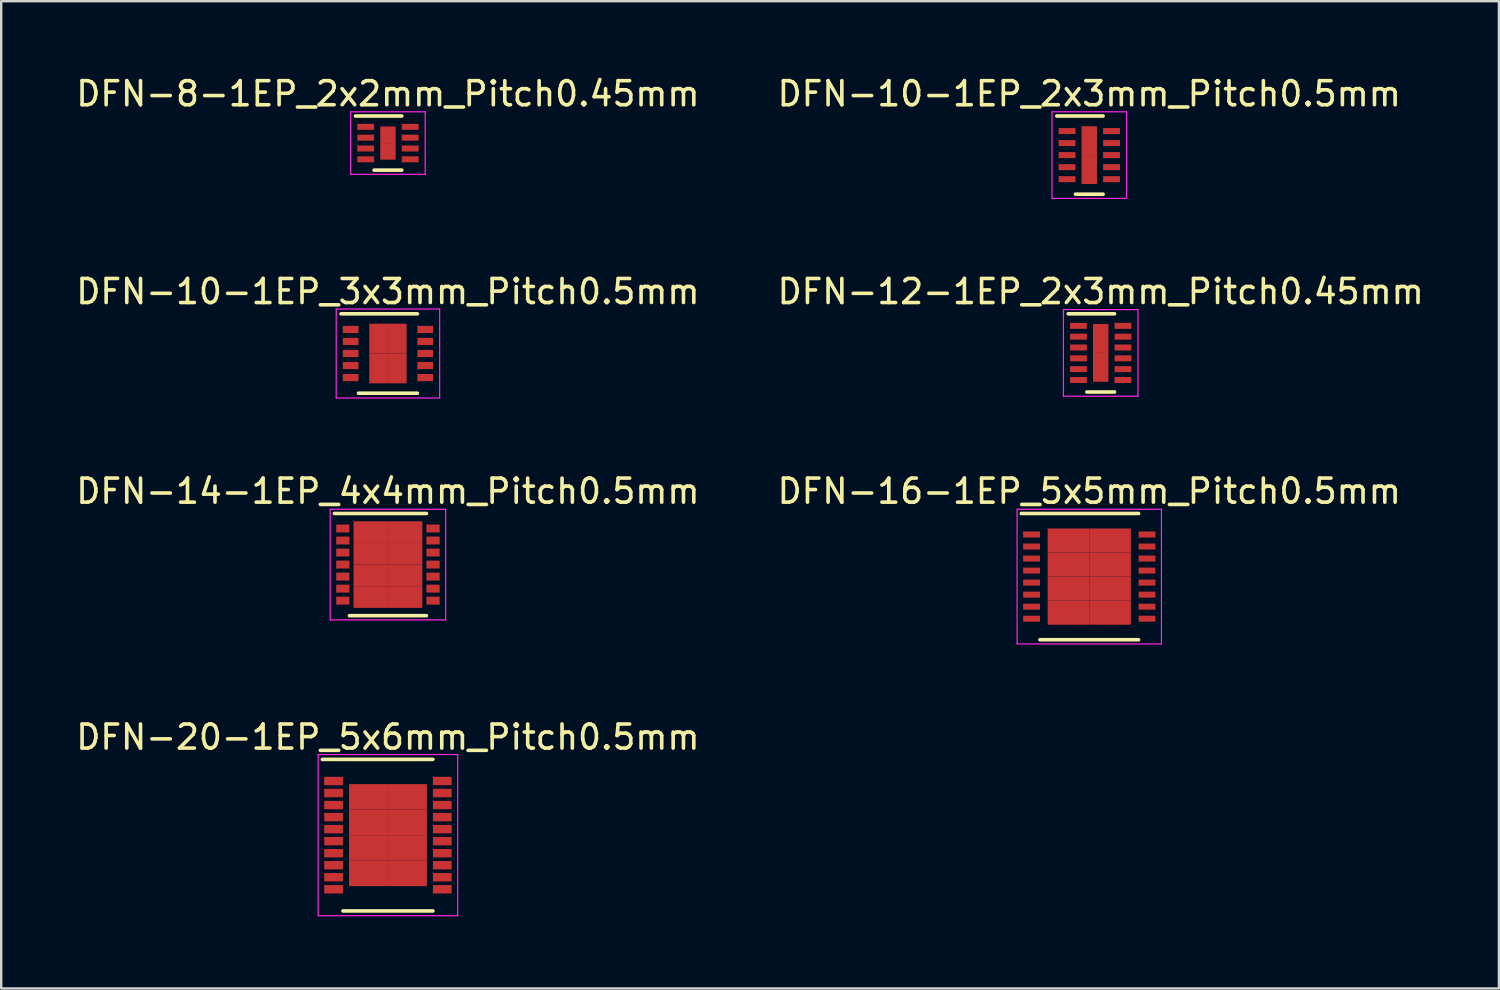
<source format=kicad_pcb>
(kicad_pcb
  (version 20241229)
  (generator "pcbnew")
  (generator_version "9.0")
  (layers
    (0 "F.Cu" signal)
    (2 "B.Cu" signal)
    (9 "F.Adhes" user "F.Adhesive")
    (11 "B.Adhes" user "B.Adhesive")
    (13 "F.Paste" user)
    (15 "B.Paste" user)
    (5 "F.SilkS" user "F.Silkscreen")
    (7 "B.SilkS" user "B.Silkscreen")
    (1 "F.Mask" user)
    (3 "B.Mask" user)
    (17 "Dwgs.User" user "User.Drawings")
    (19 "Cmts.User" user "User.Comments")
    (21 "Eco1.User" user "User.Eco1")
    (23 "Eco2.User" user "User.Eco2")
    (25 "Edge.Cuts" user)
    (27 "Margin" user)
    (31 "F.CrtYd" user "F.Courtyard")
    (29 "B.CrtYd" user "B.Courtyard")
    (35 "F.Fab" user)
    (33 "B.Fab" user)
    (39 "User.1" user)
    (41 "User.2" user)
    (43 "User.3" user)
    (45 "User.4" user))
  (footprint "DFN-16-1EP_5x5mm_Pitch0.5mm"
    (layer "F.Cu")
    (at 42.232 20.92)
    (property "Reference" "DFN-16-1EP_5x5mm_Pitch0.5mm" (at 0 -3.55 0) (layer "F.SilkS") (effects (font (size 1 1) (thickness 0.15))))
    (attr smd)
    (fp_line (start -2.825 -2.625) (end 2.05 -2.625) (stroke (width 0.15) (type solid)) (layer "F.SilkS"))
    (fp_line (start -2.05 2.625) (end 2.05 2.625) (stroke (width 0.15) (type solid)) (layer "F.SilkS"))
    (fp_line (start -3 -2.8) (end -3 2.8) (stroke (width 0.05) (type solid)) (layer "F.CrtYd"))
    (fp_line (start -3 -2.8) (end 3 -2.8) (stroke (width 0.05) (type solid)) (layer "F.CrtYd"))
    (fp_line (start -3 2.8) (end 3 2.8) (stroke (width 0.05) (type solid)) (layer "F.CrtYd"))
    (fp_line (start 3 -2.8) (end 3 2.8) (stroke (width 0.05) (type solid)) (layer "F.CrtYd"))
    (pad "1" smd rect (at -2.4 -1.75) (size 0.7 0.25) (layers "F.Cu" "F.Mask" "F.Paste"))
    (pad "2" smd rect (at -2.4 -1.25) (size 0.7 0.25) (layers "F.Cu" "F.Mask" "F.Paste"))
    (pad "3" smd rect (at -2.4 -0.75) (size 0.7 0.25) (layers "F.Cu" "F.Mask" "F.Paste"))
    (pad "4" smd rect (at -2.4 -0.25) (size 0.7 0.25) (layers "F.Cu" "F.Mask" "F.Paste"))
    (pad "5" smd rect (at -2.4 0.25) (size 0.7 0.25) (layers "F.Cu" "F.Mask" "F.Paste"))
    (pad "6" smd rect (at -2.4 0.75) (size 0.7 0.25) (layers "F.Cu" "F.Mask" "F.Paste"))
    (pad "7" smd rect (at -2.4 1.25) (size 0.7 0.25) (layers "F.Cu" "F.Mask" "F.Paste"))
    (pad "8" smd rect (at -2.4 1.75) (size 0.7 0.25) (layers "F.Cu" "F.Mask" "F.Paste"))
    (pad "9" smd rect (at 2.4 1.75) (size 0.7 0.25) (layers "F.Cu" "F.Mask" "F.Paste"))
    (pad "10" smd rect (at 2.4 1.25) (size 0.7 0.25) (layers "F.Cu" "F.Mask" "F.Paste"))
    (pad "11" smd rect (at 2.4 0.75) (size 0.7 0.25) (layers "F.Cu" "F.Mask" "F.Paste"))
    (pad "12" smd rect (at 2.4 0.25) (size 0.7 0.25) (layers "F.Cu" "F.Mask" "F.Paste"))
    (pad "13" smd rect (at 2.4 -0.25) (size 0.7 0.25) (layers "F.Cu" "F.Mask" "F.Paste"))
    (pad "14" smd rect (at 2.4 -0.75) (size 0.7 0.25) (layers "F.Cu" "F.Mask" "F.Paste"))
    (pad "15" smd rect (at 2.4 -1.25) (size 0.7 0.25) (layers "F.Cu" "F.Mask" "F.Paste"))
    (pad "16" smd rect (at 2.4 -1.75) (size 0.7 0.25) (layers "F.Cu" "F.Mask" "F.Paste"))
    (pad "17" smd rect (at -0.865 -1.5) (size 1.73 1) (layers "F.Cu" "F.Mask" "F.Paste"))
    (pad "17" smd rect (at -0.865 -0.5) (size 1.73 1) (layers "F.Cu" "F.Mask" "F.Paste"))
    (pad "17" smd rect (at -0.865 0.5) (size 1.73 1) (layers "F.Cu" "F.Mask" "F.Paste"))
    (pad "17" smd rect (at -0.865 1.5) (size 1.73 1) (layers "F.Cu" "F.Mask" "F.Paste"))
    (pad "17" smd rect (at 0.865 -1.5) (size 1.73 1) (layers "F.Cu" "F.Mask" "F.Paste"))
    (pad "17" smd rect (at 0.865 -0.5) (size 1.73 1) (layers "F.Cu" "F.Mask" "F.Paste"))
    (pad "17" smd rect (at 0.865 0.5) (size 1.73 1) (layers "F.Cu" "F.Mask" "F.Paste"))
    (pad "17" smd rect (at 0.865 1.5) (size 1.73 1) (layers "F.Cu" "F.Mask" "F.Paste")))
  (footprint "DFN-20-1EP_5x6mm_Pitch0.5mm"
    (layer "F.Cu")
    (at 13.077 31.668)
    (property "Reference" "DFN-20-1EP_5x6mm_Pitch0.5mm" (at 0 -4.075 0) (layer "F.SilkS") (effects (font (size 1 1) (thickness 0.15))))
    (attr smd)
    (fp_line (start -2.725 -3.15) (end 1.87 -3.15) (stroke (width 0.15) (type solid)) (layer "F.SilkS"))
    (fp_line (start -1.87 3.15) (end 1.87 3.15) (stroke (width 0.15) (type solid)) (layer "F.SilkS"))
    (fp_line (start -2.9 -3.35) (end -2.9 3.35) (stroke (width 0.05) (type solid)) (layer "F.CrtYd"))
    (fp_line (start -2.9 -3.35) (end 2.9 -3.35) (stroke (width 0.05) (type solid)) (layer "F.CrtYd"))
    (fp_line (start -2.9 3.35) (end 2.9 3.35) (stroke (width 0.05) (type solid)) (layer "F.CrtYd"))
    (fp_line (start 2.9 -3.35) (end 2.9 3.35) (stroke (width 0.05) (type solid)) (layer "F.CrtYd"))
    (pad "1" smd rect (at -2.26 -2.25) (size 0.78 0.35) (layers "F.Cu" "F.Mask" "F.Paste"))
    (pad "2" smd rect (at -2.26 -1.75) (size 0.78 0.35) (layers "F.Cu" "F.Mask" "F.Paste"))
    (pad "3" smd rect (at -2.26 -1.25) (size 0.78 0.35) (layers "F.Cu" "F.Mask" "F.Paste"))
    (pad "4" smd rect (at -2.26 -0.75) (size 0.78 0.35) (layers "F.Cu" "F.Mask" "F.Paste"))
    (pad "5" smd rect (at -2.26 -0.25) (size 0.78 0.35) (layers "F.Cu" "F.Mask" "F.Paste"))
    (pad "6" smd rect (at -2.26 0.25) (size 0.78 0.35) (layers "F.Cu" "F.Mask" "F.Paste"))
    (pad "7" smd rect (at -2.26 0.75) (size 0.78 0.35) (layers "F.Cu" "F.Mask" "F.Paste"))
    (pad "8" smd rect (at -2.26 1.25) (size 0.78 0.35) (layers "F.Cu" "F.Mask" "F.Paste"))
    (pad "9" smd rect (at -2.26 1.75) (size 0.78 0.35) (layers "F.Cu" "F.Mask" "F.Paste"))
    (pad "10" smd rect (at -2.26 2.25) (size 0.78 0.35) (layers "F.Cu" "F.Mask" "F.Paste"))
    (pad "11" smd rect (at 2.26 2.25) (size 0.78 0.35) (layers "F.Cu" "F.Mask" "F.Paste"))
    (pad "12" smd rect (at 2.26 1.75) (size 0.78 0.35) (layers "F.Cu" "F.Mask" "F.Paste"))
    (pad "13" smd rect (at 2.26 1.25) (size 0.78 0.35) (layers "F.Cu" "F.Mask" "F.Paste"))
    (pad "14" smd rect (at 2.26 0.75) (size 0.78 0.35) (layers "F.Cu" "F.Mask" "F.Paste"))
    (pad "15" smd rect (at 2.26 0.25) (size 0.78 0.35) (layers "F.Cu" "F.Mask" "F.Paste"))
    (pad "16" smd rect (at 2.26 -0.25) (size 0.78 0.35) (layers "F.Cu" "F.Mask" "F.Paste"))
    (pad "17" smd rect (at 2.26 -0.75) (size 0.78 0.35) (layers "F.Cu" "F.Mask" "F.Paste"))
    (pad "18" smd rect (at 2.26 -1.25) (size 0.78 0.35) (layers "F.Cu" "F.Mask" "F.Paste"))
    (pad "19" smd rect (at 2.26 -1.75) (size 0.78 0.35) (layers "F.Cu" "F.Mask" "F.Paste"))
    (pad "20" smd rect (at 2.26 -2.25) (size 0.78 0.35) (layers "F.Cu" "F.Mask" "F.Paste"))
    (pad "21" smd rect (at -0.81 -1.59) (size 1.62 1.06) (layers "F.Cu" "F.Mask" "F.Paste"))
    (pad "21" smd rect (at -0.81 -0.53) (size 1.62 1.06) (layers "F.Cu" "F.Mask" "F.Paste"))
    (pad "21" smd rect (at -0.81 0.53) (size 1.62 1.06) (layers "F.Cu" "F.Mask" "F.Paste"))
    (pad "21" smd rect (at -0.81 1.59) (size 1.62 1.06) (layers "F.Cu" "F.Mask" "F.Paste"))
    (pad "21" smd rect (at 0.81 -1.59) (size 1.62 1.06) (layers "F.Cu" "F.Mask" "F.Paste"))
    (pad "21" smd rect (at 0.81 -0.53) (size 1.62 1.06) (layers "F.Cu" "F.Mask" "F.Paste"))
    (pad "21" smd rect (at 0.81 0.53) (size 1.62 1.06) (layers "F.Cu" "F.Mask" "F.Paste"))
    (pad "21" smd rect (at 0.81 1.59) (size 1.62 1.06) (layers "F.Cu" "F.Mask" "F.Paste")))
  (footprint "DFN-10-1EP_3x3mm_Pitch0.5mm"
    (layer "F.Cu")
    (at 13.077 11.646)
    (property "Reference" "DFN-10-1EP_3x3mm_Pitch0.5mm" (at 0 -2.575 0) (layer "F.SilkS") (effects (font (size 1 1) (thickness 0.15))))
    (attr smd)
    (fp_line (start -1.95 -1.65) (end 1.225 -1.65) (stroke (width 0.15) (type solid)) (layer "F.SilkS"))
    (fp_line (start -1.225 1.65) (end 1.225 1.65) (stroke (width 0.15) (type solid)) (layer "F.SilkS"))
    (fp_line (start -2.15 -1.85) (end -2.15 1.85) (stroke (width 0.05) (type solid)) (layer "F.CrtYd"))
    (fp_line (start -2.15 -1.85) (end 2.15 -1.85) (stroke (width 0.05) (type solid)) (layer "F.CrtYd"))
    (fp_line (start -2.15 1.85) (end 2.15 1.85) (stroke (width 0.05) (type solid)) (layer "F.CrtYd"))
    (fp_line (start 2.15 -1.85) (end 2.15 1.85) (stroke (width 0.05) (type solid)) (layer "F.CrtYd"))
    (pad "1" smd rect (at -1.55 -1) (size 0.65 0.3) (layers "F.Cu" "F.Mask" "F.Paste"))
    (pad "2" smd rect (at -1.55 -0.5) (size 0.65 0.3) (layers "F.Cu" "F.Mask" "F.Paste"))
    (pad "3" smd rect (at -1.55 0) (size 0.65 0.3) (layers "F.Cu" "F.Mask" "F.Paste"))
    (pad "4" smd rect (at -1.55 0.5) (size 0.65 0.3) (layers "F.Cu" "F.Mask" "F.Paste"))
    (pad "5" smd rect (at -1.55 1) (size 0.65 0.3) (layers "F.Cu" "F.Mask" "F.Paste"))
    (pad "6" smd rect (at 1.55 1) (size 0.65 0.3) (layers "F.Cu" "F.Mask" "F.Paste"))
    (pad "7" smd rect (at 1.55 0.5) (size 0.65 0.3) (layers "F.Cu" "F.Mask" "F.Paste"))
    (pad "8" smd rect (at 1.55 0) (size 0.65 0.3) (layers "F.Cu" "F.Mask" "F.Paste"))
    (pad "9" smd rect (at 1.55 -0.5) (size 0.65 0.3) (layers "F.Cu" "F.Mask" "F.Paste"))
    (pad "10" smd rect (at 1.55 -1) (size 0.65 0.3) (layers "F.Cu" "F.Mask" "F.Paste"))
    (pad "11" smd rect (at -0.388 -0.62) (size 0.775 1.24) (layers "F.Cu" "F.Mask" "F.Paste"))
    (pad "11" smd rect (at -0.388 0.62) (size 0.775 1.24) (layers "F.Cu" "F.Mask" "F.Paste"))
    (pad "11" smd rect (at 0.388 -0.62) (size 0.775 1.24) (layers "F.Cu" "F.Mask" "F.Paste"))
    (pad "11" smd rect (at 0.388 0.62) (size 0.775 1.24) (layers "F.Cu" "F.Mask" "F.Paste")))
  (footprint "DFN-12-1EP_2x3mm_Pitch0.45mm"
    (layer "F.Cu")
    (at 42.708 11.621)
    (property "Reference" "DFN-12-1EP_2x3mm_Pitch0.45mm" (at 0 -2.55 0) (layer "F.SilkS") (effects (font (size 1 1) (thickness 0.15))))
    (attr smd)
    (fp_line (start -1.35 -1.625) (end 0.575 -1.625) (stroke (width 0.15) (type solid)) (layer "F.SilkS"))
    (fp_line (start -0.575 1.625) (end 0.575 1.625) (stroke (width 0.15) (type solid)) (layer "F.SilkS"))
    (fp_line (start -1.55 -1.8) (end -1.55 1.8) (stroke (width 0.05) (type solid)) (layer "F.CrtYd"))
    (fp_line (start -1.55 -1.8) (end 1.55 -1.8) (stroke (width 0.05) (type solid)) (layer "F.CrtYd"))
    (fp_line (start -1.55 1.8) (end 1.55 1.8) (stroke (width 0.05) (type solid)) (layer "F.CrtYd"))
    (fp_line (start 1.55 -1.8) (end 1.55 1.8) (stroke (width 0.05) (type solid)) (layer "F.CrtYd"))
    (pad "1" smd rect (at -0.925 -1.125) (size 0.7 0.25) (layers "F.Cu" "F.Mask" "F.Paste"))
    (pad "2" smd rect (at -0.925 -0.675) (size 0.7 0.25) (layers "F.Cu" "F.Mask" "F.Paste"))
    (pad "3" smd rect (at -0.925 -0.225) (size 0.7 0.25) (layers "F.Cu" "F.Mask" "F.Paste"))
    (pad "4" smd rect (at -0.925 0.225) (size 0.7 0.25) (layers "F.Cu" "F.Mask" "F.Paste"))
    (pad "5" smd rect (at -0.925 0.675) (size 0.7 0.25) (layers "F.Cu" "F.Mask" "F.Paste"))
    (pad "6" smd rect (at -0.925 1.125) (size 0.7 0.25) (layers "F.Cu" "F.Mask" "F.Paste"))
    (pad "7" smd rect (at 0.925 1.125) (size 0.7 0.25) (layers "F.Cu" "F.Mask" "F.Paste"))
    (pad "8" smd rect (at 0.925 0.675) (size 0.7 0.25) (layers "F.Cu" "F.Mask" "F.Paste"))
    (pad "9" smd rect (at 0.925 0.225) (size 0.7 0.25) (layers "F.Cu" "F.Mask" "F.Paste"))
    (pad "10" smd rect (at 0.925 -0.225) (size 0.7 0.25) (layers "F.Cu" "F.Mask" "F.Paste"))
    (pad "11" smd rect (at 0.925 -0.675) (size 0.7 0.25) (layers "F.Cu" "F.Mask" "F.Paste"))
    (pad "12" smd rect (at 0.925 -1.125) (size 0.7 0.25) (layers "F.Cu" "F.Mask" "F.Paste"))
    (pad "13" smd rect (at 0 -0.6) (size 0.64 1.2) (layers "F.Cu" "F.Mask" "F.Paste"))
    (pad "13" smd rect (at 0 0.6) (size 0.64 1.2) (layers "F.Cu" "F.Mask" "F.Paste")))
  (footprint "DFN-14-1EP_4x4mm_Pitch0.5mm"
    (layer "F.Cu")
    (at 13.077 20.42)
    (property "Reference" "DFN-14-1EP_4x4mm_Pitch0.5mm" (at 0 -3.05 0) (layer "F.SilkS") (effects (font (size 1 1) (thickness 0.15))))
    (attr smd)
    (fp_line (start -2.225 -2.125) (end 1.6 -2.125) (stroke (width 0.15) (type solid)) (layer "F.SilkS"))
    (fp_line (start -1.6 2.125) (end 1.6 2.125) (stroke (width 0.15) (type solid)) (layer "F.SilkS"))
    (fp_line (start -2.4 -2.3) (end -2.4 2.3) (stroke (width 0.05) (type solid)) (layer "F.CrtYd"))
    (fp_line (start -2.4 -2.3) (end 2.4 -2.3) (stroke (width 0.05) (type solid)) (layer "F.CrtYd"))
    (fp_line (start -2.4 2.3) (end 2.4 2.3) (stroke (width 0.05) (type solid)) (layer "F.CrtYd"))
    (fp_line (start 2.4 -2.3) (end 2.4 2.3) (stroke (width 0.05) (type solid)) (layer "F.CrtYd"))
    (pad "1" smd rect (at -1.875 -1.5) (size 0.55 0.33) (layers "F.Cu" "F.Mask" "F.Paste"))
    (pad "2" smd rect (at -1.875 -1) (size 0.55 0.33) (layers "F.Cu" "F.Mask" "F.Paste"))
    (pad "3" smd rect (at -1.875 -0.5) (size 0.55 0.33) (layers "F.Cu" "F.Mask" "F.Paste"))
    (pad "4" smd rect (at -1.875 0) (size 0.55 0.33) (layers "F.Cu" "F.Mask" "F.Paste"))
    (pad "5" smd rect (at -1.875 0.5) (size 0.55 0.33) (layers "F.Cu" "F.Mask" "F.Paste"))
    (pad "6" smd rect (at -1.875 1) (size 0.55 0.33) (layers "F.Cu" "F.Mask" "F.Paste"))
    (pad "7" smd rect (at -1.875 1.5) (size 0.55 0.33) (layers "F.Cu" "F.Mask" "F.Paste"))
    (pad "8" smd rect (at 1.875 1.5) (size 0.55 0.33) (layers "F.Cu" "F.Mask" "F.Paste"))
    (pad "9" smd rect (at 1.875 1) (size 0.55 0.33) (layers "F.Cu" "F.Mask" "F.Paste"))
    (pad "10" smd rect (at 1.875 0.5) (size 0.55 0.33) (layers "F.Cu" "F.Mask" "F.Paste"))
    (pad "11" smd rect (at 1.875 0) (size 0.55 0.33) (layers "F.Cu" "F.Mask" "F.Paste"))
    (pad "12" smd rect (at 1.875 -0.5) (size 0.55 0.33) (layers "F.Cu" "F.Mask" "F.Paste"))
    (pad "13" smd rect (at 1.875 -1) (size 0.55 0.33) (layers "F.Cu" "F.Mask" "F.Paste"))
    (pad "14" smd rect (at 1.875 -1.5) (size 0.55 0.33) (layers "F.Cu" "F.Mask" "F.Paste"))
    (pad "15" smd rect (at -0.715 -1.35) (size 1.43 0.9) (layers "F.Cu" "F.Mask" "F.Paste"))
    (pad "15" smd rect (at -0.715 -0.45) (size 1.43 0.9) (layers "F.Cu" "F.Mask" "F.Paste"))
    (pad "15" smd rect (at -0.715 0.45) (size 1.43 0.9) (layers "F.Cu" "F.Mask" "F.Paste"))
    (pad "15" smd rect (at -0.715 1.35) (size 1.43 0.9) (layers "F.Cu" "F.Mask" "F.Paste"))
    (pad "15" smd rect (at 0.715 -1.35) (size 1.43 0.9) (layers "F.Cu" "F.Mask" "F.Paste"))
    (pad "15" smd rect (at 0.715 -0.45) (size 1.43 0.9) (layers "F.Cu" "F.Mask" "F.Paste"))
    (pad "15" smd rect (at 0.715 0.45) (size 1.43 0.9) (layers "F.Cu" "F.Mask" "F.Paste"))
    (pad "15" smd rect (at 0.715 1.35) (size 1.43 0.9) (layers "F.Cu" "F.Mask" "F.Paste")))
  (footprint "DFN-10-1EP_2x3mm_Pitch0.5mm"
    (layer "F.Cu")
    (at 42.232 3.398)
    (property "Reference" "DFN-10-1EP_2x3mm_Pitch0.5mm" (at 0 -2.55 0) (layer "F.SilkS") (effects (font (size 1 1) (thickness 0.15))))
    (attr smd)
    (fp_line (start -1.35 -1.625) (end 0.575 -1.625) (stroke (width 0.15) (type solid)) (layer "F.SilkS"))
    (fp_line (start -0.575 1.625) (end 0.575 1.625) (stroke (width 0.15) (type solid)) (layer "F.SilkS"))
    (fp_line (start -1.55 -1.8) (end -1.55 1.8) (stroke (width 0.05) (type solid)) (layer "F.CrtYd"))
    (fp_line (start -1.55 -1.8) (end 1.55 -1.8) (stroke (width 0.05) (type solid)) (layer "F.CrtYd"))
    (fp_line (start -1.55 1.8) (end 1.55 1.8) (stroke (width 0.05) (type solid)) (layer "F.CrtYd"))
    (fp_line (start 1.55 -1.8) (end 1.55 1.8) (stroke (width 0.05) (type solid)) (layer "F.CrtYd"))
    (pad "1" smd rect (at -0.925 -1) (size 0.7 0.25) (layers "F.Cu" "F.Mask" "F.Paste"))
    (pad "2" smd rect (at -0.925 -0.5) (size 0.7 0.25) (layers "F.Cu" "F.Mask" "F.Paste"))
    (pad "3" smd rect (at -0.925 0) (size 0.7 0.25) (layers "F.Cu" "F.Mask" "F.Paste"))
    (pad "4" smd rect (at -0.925 0.5) (size 0.7 0.25) (layers "F.Cu" "F.Mask" "F.Paste"))
    (pad "5" smd rect (at -0.925 1) (size 0.7 0.25) (layers "F.Cu" "F.Mask" "F.Paste"))
    (pad "6" smd rect (at 0.925 1) (size 0.7 0.25) (layers "F.Cu" "F.Mask" "F.Paste"))
    (pad "7" smd rect (at 0.925 0.5) (size 0.7 0.25) (layers "F.Cu" "F.Mask" "F.Paste"))
    (pad "8" smd rect (at 0.925 0) (size 0.7 0.25) (layers "F.Cu" "F.Mask" "F.Paste"))
    (pad "9" smd rect (at 0.925 -0.5) (size 0.7 0.25) (layers "F.Cu" "F.Mask" "F.Paste"))
    (pad "10" smd rect (at 0.925 -1) (size 0.7 0.25) (layers "F.Cu" "F.Mask" "F.Paste"))
    (pad "11" smd rect (at 0 -0.6) (size 0.64 1.2) (layers "F.Cu" "F.Mask" "F.Paste"))
    (pad "11" smd rect (at 0 0.6) (size 0.64 1.2) (layers "F.Cu" "F.Mask" "F.Paste")))
  (footprint "DFN-8-1EP_2x2mm_Pitch0.45mm"
    (layer "F.Cu")
    (at 13.077 2.898)
    (property "Reference" "DFN-8-1EP_2x2mm_Pitch0.45mm" (at 0 -2.05 0) (layer "F.SilkS") (effects (font (size 1 1) (thickness 0.15))))
    (attr smd)
    (fp_line (start -1.35 -1.125) (end 0.575 -1.125) (stroke (width 0.15) (type solid)) (layer "F.SilkS"))
    (fp_line (start -0.575 1.125) (end 0.575 1.125) (stroke (width 0.15) (type solid)) (layer "F.SilkS"))
    (fp_line (start -1.55 -1.3) (end -1.55 1.3) (stroke (width 0.05) (type solid)) (layer "F.CrtYd"))
    (fp_line (start -1.55 -1.3) (end 1.55 -1.3) (stroke (width 0.05) (type solid)) (layer "F.CrtYd"))
    (fp_line (start -1.55 1.3) (end 1.55 1.3) (stroke (width 0.05) (type solid)) (layer "F.CrtYd"))
    (fp_line (start 1.55 -1.3) (end 1.55 1.3) (stroke (width 0.05) (type solid)) (layer "F.CrtYd"))
    (pad "1" smd rect (at -0.925 -0.675) (size 0.7 0.25) (layers "F.Cu" "F.Mask" "F.Paste"))
    (pad "2" smd rect (at -0.925 -0.225) (size 0.7 0.25) (layers "F.Cu" "F.Mask" "F.Paste"))
    (pad "3" smd rect (at -0.925 0.225) (size 0.7 0.25) (layers "F.Cu" "F.Mask" "F.Paste"))
    (pad "4" smd rect (at -0.925 0.675) (size 0.7 0.25) (layers "F.Cu" "F.Mask" "F.Paste"))
    (pad "5" smd rect (at 0.925 0.675) (size 0.7 0.25) (layers "F.Cu" "F.Mask" "F.Paste"))
    (pad "6" smd rect (at 0.925 0.225) (size 0.7 0.25) (layers "F.Cu" "F.Mask" "F.Paste"))
    (pad "7" smd rect (at 0.925 -0.225) (size 0.7 0.25) (layers "F.Cu" "F.Mask" "F.Paste"))
    (pad "8" smd rect (at 0.925 -0.675) (size 0.7 0.25) (layers "F.Cu" "F.Mask" "F.Paste"))
    (pad "9" smd rect (at 0 -0.345) (size 0.64 0.69) (layers "F.Cu" "F.Mask" "F.Paste"))
    (pad "9" smd rect (at 0 0.345) (size 0.64 0.69) (layers "F.Cu" "F.Mask" "F.Paste")))
  (gr_rect
    (start -3 -3)
    (end 59.262 38.043)
    (stroke (width 0.1) (type default))
    (fill no)
    (layer "Edge.Cuts")))
</source>
